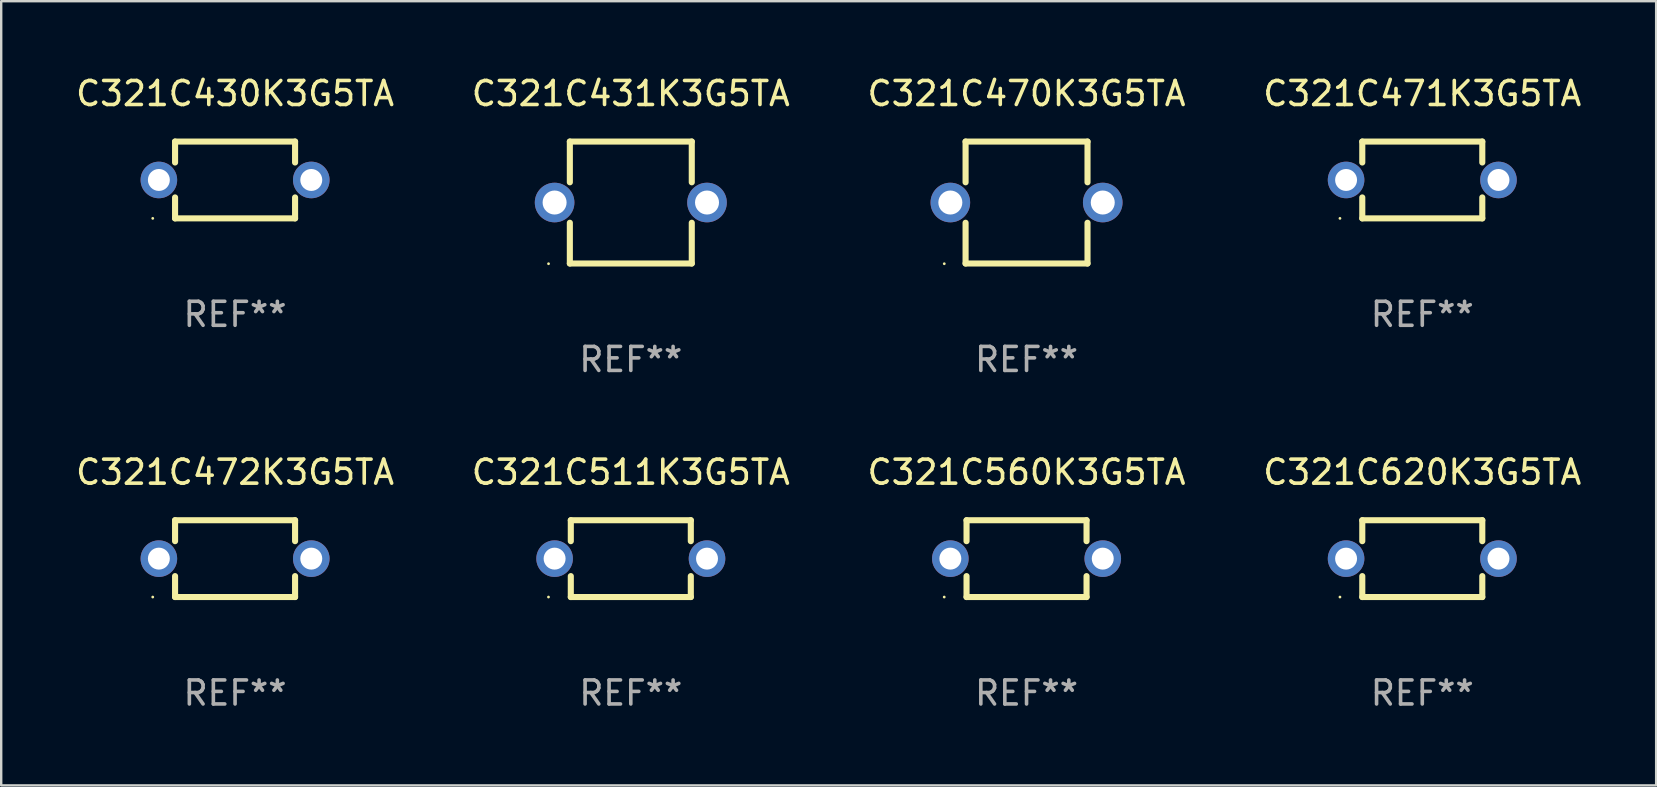
<source format=kicad_pcb>
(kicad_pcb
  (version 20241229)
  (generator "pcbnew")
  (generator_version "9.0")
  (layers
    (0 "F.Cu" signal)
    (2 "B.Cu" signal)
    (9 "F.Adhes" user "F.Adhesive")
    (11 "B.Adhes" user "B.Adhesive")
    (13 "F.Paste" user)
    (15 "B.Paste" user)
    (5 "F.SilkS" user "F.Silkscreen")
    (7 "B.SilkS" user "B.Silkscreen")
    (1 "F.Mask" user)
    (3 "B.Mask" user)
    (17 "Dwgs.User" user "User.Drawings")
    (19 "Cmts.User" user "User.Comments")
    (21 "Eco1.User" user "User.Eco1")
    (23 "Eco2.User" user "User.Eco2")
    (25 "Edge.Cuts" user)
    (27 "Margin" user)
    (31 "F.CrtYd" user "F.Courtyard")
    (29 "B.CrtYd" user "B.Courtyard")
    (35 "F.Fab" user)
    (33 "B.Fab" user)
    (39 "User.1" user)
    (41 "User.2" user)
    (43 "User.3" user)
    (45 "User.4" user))
  (footprint "C321C472K3G5TA"
    (layer "F.Cu")
    (at 6.744 20.225)
    (property "Reference" "C321C472K3G5TA" (at 0 -3.6 0) (layer "F.SilkS") (effects (font (size 1 1) (thickness 0.15))))
    (attr through_hole)
    (fp_line (start -2.5 -1.6) (end 2.5 -1.6) (stroke (width 0.254) (type solid)) (layer "F.SilkS"))
    (fp_line (start -2.5 -0.728) (end -2.5 -1.6) (stroke (width 0.254) (type solid)) (layer "F.SilkS"))
    (fp_line (start -2.5 1.6) (end -2.5 0.728) (stroke (width 0.254) (type solid)) (layer "F.SilkS"))
    (fp_line (start 2.5 -1.6) (end 2.5 -0.728) (stroke (width 0.254) (type solid)) (layer "F.SilkS"))
    (fp_line (start 2.5 0.728) (end 2.5 1.6) (stroke (width 0.254) (type solid)) (layer "F.SilkS"))
    (fp_line (start 2.5 1.6) (end -2.5 1.6) (stroke (width 0.254) (type solid)) (layer "F.SilkS"))
    (fp_circle (center -3.43 1.6) (end -3.4 1.6) (stroke (width 0.06) (type solid)) (fill no) (layer "F.SilkS"))
    (fp_text user "REF**" (at 0 5.6 0) (layer "F.Fab") (effects (font (size 1 1) (thickness 0.15))))
    (pad "1" thru_hole circle (at -3.175 0) (size 1.524 1.524) (drill 0.914) (layers "*.Cu" "*.Mask"))
    (pad "2" thru_hole circle (at 3.175 0) (size 1.524 1.524) (drill 0.914) (layers "*.Cu" "*.Mask")))
  (footprint "C321C430K3G5TA"
    (layer "F.Cu")
    (at 6.744 4.448)
    (property "Reference" "C321C430K3G5TA" (at 0 -3.6 0) (layer "F.SilkS") (effects (font (size 1 1) (thickness 0.15))))
    (attr through_hole)
    (fp_line (start -2.5 -1.6) (end 2.5 -1.6) (stroke (width 0.254) (type solid)) (layer "F.SilkS"))
    (fp_line (start -2.5 -0.728) (end -2.5 -1.6) (stroke (width 0.254) (type solid)) (layer "F.SilkS"))
    (fp_line (start -2.5 1.6) (end -2.5 0.728) (stroke (width 0.254) (type solid)) (layer "F.SilkS"))
    (fp_line (start 2.5 -1.6) (end 2.5 -0.728) (stroke (width 0.254) (type solid)) (layer "F.SilkS"))
    (fp_line (start 2.5 0.728) (end 2.5 1.6) (stroke (width 0.254) (type solid)) (layer "F.SilkS"))
    (fp_line (start 2.5 1.6) (end -2.5 1.6) (stroke (width 0.254) (type solid)) (layer "F.SilkS"))
    (fp_circle (center -3.43 1.6) (end -3.4 1.6) (stroke (width 0.06) (type solid)) (fill no) (layer "F.SilkS"))
    (fp_text user "REF**" (at 0 5.6 0) (layer "F.Fab") (effects (font (size 1 1) (thickness 0.15))))
    (pad "1" thru_hole circle (at -3.175 0) (size 1.524 1.524) (drill 0.914) (layers "*.Cu" "*.Mask"))
    (pad "2" thru_hole circle (at 3.175 0) (size 1.524 1.524) (drill 0.914) (layers "*.Cu" "*.Mask")))
  (footprint "C321C471K3G5TA"
    (layer "F.Cu")
    (at 56.208 4.448)
    (property "Reference" "C321C471K3G5TA" (at 0 -3.6 0) (layer "F.SilkS") (effects (font (size 1 1) (thickness 0.15))))
    (attr through_hole)
    (fp_line (start -2.5 -1.6) (end 2.5 -1.6) (stroke (width 0.254) (type solid)) (layer "F.SilkS"))
    (fp_line (start -2.5 -0.728) (end -2.5 -1.6) (stroke (width 0.254) (type solid)) (layer "F.SilkS"))
    (fp_line (start -2.5 1.6) (end -2.5 0.728) (stroke (width 0.254) (type solid)) (layer "F.SilkS"))
    (fp_line (start 2.5 -1.6) (end 2.5 -0.728) (stroke (width 0.254) (type solid)) (layer "F.SilkS"))
    (fp_line (start 2.5 0.728) (end 2.5 1.6) (stroke (width 0.254) (type solid)) (layer "F.SilkS"))
    (fp_line (start 2.5 1.6) (end -2.5 1.6) (stroke (width 0.254) (type solid)) (layer "F.SilkS"))
    (fp_circle (center -3.43 1.6) (end -3.4 1.6) (stroke (width 0.06) (type solid)) (fill no) (layer "F.SilkS"))
    (fp_text user "REF**" (at 0 5.6 0) (layer "F.Fab") (effects (font (size 1 1) (thickness 0.15))))
    (pad "1" thru_hole circle (at -3.175 0) (size 1.524 1.524) (drill 0.914) (layers "*.Cu" "*.Mask"))
    (pad "2" thru_hole circle (at 3.175 0) (size 1.524 1.524) (drill 0.914) (layers "*.Cu" "*.Mask")))
  (footprint "C321C511K3G5TA"
    (layer "F.Cu")
    (at 23.232 20.225)
    (property "Reference" "C321C511K3G5TA" (at 0 -3.6 0) (layer "F.SilkS") (effects (font (size 1 1) (thickness 0.15))))
    (attr through_hole)
    (fp_line (start -2.5 -1.6) (end 2.5 -1.6) (stroke (width 0.254) (type solid)) (layer "F.SilkS"))
    (fp_line (start -2.5 -0.728) (end -2.5 -1.6) (stroke (width 0.254) (type solid)) (layer "F.SilkS"))
    (fp_line (start -2.5 1.6) (end -2.5 0.728) (stroke (width 0.254) (type solid)) (layer "F.SilkS"))
    (fp_line (start 2.5 -1.6) (end 2.5 -0.728) (stroke (width 0.254) (type solid)) (layer "F.SilkS"))
    (fp_line (start 2.5 0.728) (end 2.5 1.6) (stroke (width 0.254) (type solid)) (layer "F.SilkS"))
    (fp_line (start 2.5 1.6) (end -2.5 1.6) (stroke (width 0.254) (type solid)) (layer "F.SilkS"))
    (fp_circle (center -3.43 1.6) (end -3.4 1.6) (stroke (width 0.06) (type solid)) (fill no) (layer "F.SilkS"))
    (fp_text user "REF**" (at 0 5.6 0) (layer "F.Fab") (effects (font (size 1 1) (thickness 0.15))))
    (pad "1" thru_hole circle (at -3.175 0) (size 1.524 1.524) (drill 0.914) (layers "*.Cu" "*.Mask"))
    (pad "2" thru_hole circle (at 3.175 0) (size 1.524 1.524) (drill 0.914) (layers "*.Cu" "*.Mask")))
  (footprint "C321C620K3G5TA"
    (layer "F.Cu")
    (at 56.208 20.225)
    (property "Reference" "C321C620K3G5TA" (at 0 -3.6 0) (layer "F.SilkS") (effects (font (size 1 1) (thickness 0.15))))
    (attr through_hole)
    (fp_line (start -2.5 -1.6) (end 2.5 -1.6) (stroke (width 0.254) (type solid)) (layer "F.SilkS"))
    (fp_line (start -2.5 -0.728) (end -2.5 -1.6) (stroke (width 0.254) (type solid)) (layer "F.SilkS"))
    (fp_line (start -2.5 1.6) (end -2.5 0.728) (stroke (width 0.254) (type solid)) (layer "F.SilkS"))
    (fp_line (start 2.5 -1.6) (end 2.5 -0.728) (stroke (width 0.254) (type solid)) (layer "F.SilkS"))
    (fp_line (start 2.5 0.728) (end 2.5 1.6) (stroke (width 0.254) (type solid)) (layer "F.SilkS"))
    (fp_line (start 2.5 1.6) (end -2.5 1.6) (stroke (width 0.254) (type solid)) (layer "F.SilkS"))
    (fp_circle (center -3.43 1.6) (end -3.4 1.6) (stroke (width 0.06) (type solid)) (fill no) (layer "F.SilkS"))
    (fp_text user "REF**" (at 0 5.6 0) (layer "F.Fab") (effects (font (size 1 1) (thickness 0.15))))
    (pad "1" thru_hole circle (at -3.175 0) (size 1.524 1.524) (drill 0.914) (layers "*.Cu" "*.Mask"))
    (pad "2" thru_hole circle (at 3.175 0) (size 1.524 1.524) (drill 0.914) (layers "*.Cu" "*.Mask")))
  (footprint "C321C431K3G5TA"
    (layer "F.Cu")
    (at 23.232 5.388)
    (property "Reference" "C321C431K3G5TA" (at 0 -4.54 0) (layer "F.SilkS") (effects (font (size 1 1) (thickness 0.15))))
    (attr through_hole)
    (fp_line (start -2.54 -2.54) (end -2.54 -0.843) (stroke (width 0.254) (type solid)) (layer "F.SilkS"))
    (fp_line (start -2.54 0.843) (end -2.54 2.54) (stroke (width 0.254) (type solid)) (layer "F.SilkS"))
    (fp_line (start -2.54 2.54) (end 2.54 2.54) (stroke (width 0.254) (type solid)) (layer "F.SilkS"))
    (fp_line (start 2.54 -2.54) (end -2.54 -2.54) (stroke (width 0.254) (type solid)) (layer "F.SilkS"))
    (fp_line (start 2.54 -0.843) (end 2.54 -2.54) (stroke (width 0.254) (type solid)) (layer "F.SilkS"))
    (fp_line (start 2.54 2.54) (end 2.54 0.843) (stroke (width 0.254) (type solid)) (layer "F.SilkS"))
    (fp_circle (center -3.428 2.55) (end -3.398 2.55) (stroke (width 0.06) (type solid)) (fill no) (layer "F.SilkS"))
    (fp_text user "REF**" (at 0 6.54 0) (layer "F.Fab") (effects (font (size 1 1) (thickness 0.15))))
    (pad "1" thru_hole circle (at -3.175 0) (size 1.65 1.65) (drill 1) (layers "*.Cu" "*.Mask"))
    (pad "2" thru_hole circle (at 3.175 0) (size 1.65 1.65) (drill 1) (layers "*.Cu" "*.Mask")))
  (footprint "C321C560K3G5TA"
    (layer "F.Cu")
    (at 39.72 20.225)
    (property "Reference" "C321C560K3G5TA" (at 0 -3.6 0) (layer "F.SilkS") (effects (font (size 1 1) (thickness 0.15))))
    (attr through_hole)
    (fp_line (start -2.5 -1.6) (end 2.5 -1.6) (stroke (width 0.254) (type solid)) (layer "F.SilkS"))
    (fp_line (start -2.5 -0.728) (end -2.5 -1.6) (stroke (width 0.254) (type solid)) (layer "F.SilkS"))
    (fp_line (start -2.5 1.6) (end -2.5 0.728) (stroke (width 0.254) (type solid)) (layer "F.SilkS"))
    (fp_line (start 2.5 -1.6) (end 2.5 -0.728) (stroke (width 0.254) (type solid)) (layer "F.SilkS"))
    (fp_line (start 2.5 0.728) (end 2.5 1.6) (stroke (width 0.254) (type solid)) (layer "F.SilkS"))
    (fp_line (start 2.5 1.6) (end -2.5 1.6) (stroke (width 0.254) (type solid)) (layer "F.SilkS"))
    (fp_circle (center -3.43 1.6) (end -3.4 1.6) (stroke (width 0.06) (type solid)) (fill no) (layer "F.SilkS"))
    (fp_text user "REF**" (at 0 5.6 0) (layer "F.Fab") (effects (font (size 1 1) (thickness 0.15))))
    (pad "1" thru_hole circle (at -3.175 0) (size 1.524 1.524) (drill 0.914) (layers "*.Cu" "*.Mask"))
    (pad "2" thru_hole circle (at 3.175 0) (size 1.524 1.524) (drill 0.914) (layers "*.Cu" "*.Mask")))
  (footprint "C321C470K3G5TA"
    (layer "F.Cu")
    (at 39.72 5.388)
    (property "Reference" "C321C470K3G5TA" (at 0 -4.54 0) (layer "F.SilkS") (effects (font (size 1 1) (thickness 0.15))))
    (attr through_hole)
    (fp_line (start -2.54 -2.54) (end -2.54 -0.843) (stroke (width 0.254) (type solid)) (layer "F.SilkS"))
    (fp_line (start -2.54 0.843) (end -2.54 2.54) (stroke (width 0.254) (type solid)) (layer "F.SilkS"))
    (fp_line (start -2.54 2.54) (end 2.54 2.54) (stroke (width 0.254) (type solid)) (layer "F.SilkS"))
    (fp_line (start 2.54 -2.54) (end -2.54 -2.54) (stroke (width 0.254) (type solid)) (layer "F.SilkS"))
    (fp_line (start 2.54 -0.843) (end 2.54 -2.54) (stroke (width 0.254) (type solid)) (layer "F.SilkS"))
    (fp_line (start 2.54 2.54) (end 2.54 0.843) (stroke (width 0.254) (type solid)) (layer "F.SilkS"))
    (fp_circle (center -3.428 2.55) (end -3.398 2.55) (stroke (width 0.06) (type solid)) (fill no) (layer "F.SilkS"))
    (fp_text user "REF**" (at 0 6.54 0) (layer "F.Fab") (effects (font (size 1 1) (thickness 0.15))))
    (pad "1" thru_hole circle (at -3.175 0) (size 1.65 1.65) (drill 1) (layers "*.Cu" "*.Mask"))
    (pad "2" thru_hole circle (at 3.175 0) (size 1.65 1.65) (drill 1) (layers "*.Cu" "*.Mask")))
  (gr_rect
    (start -3 -3)
    (end 65.952 29.673)
    (stroke (width 0.1) (type default))
    (fill no)
    (layer "Edge.Cuts")))
</source>
